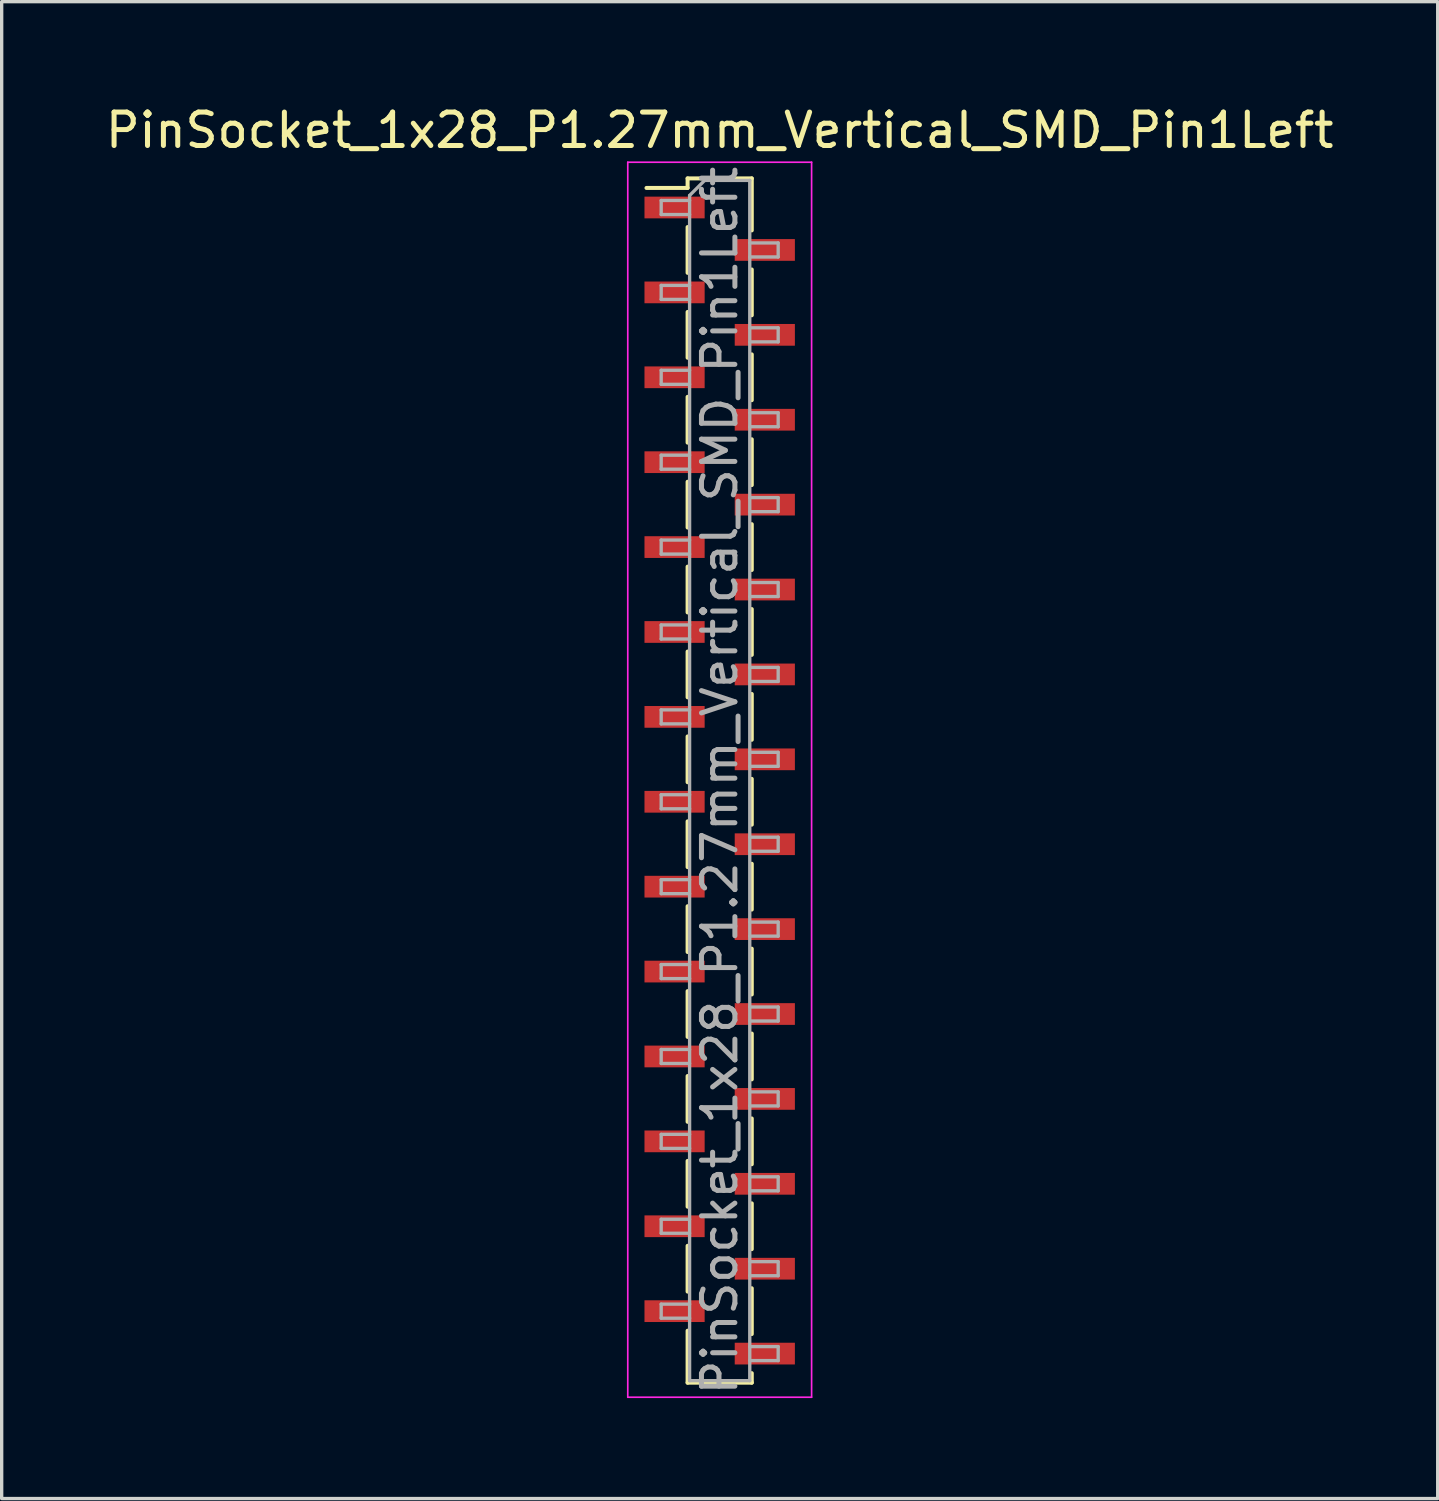
<source format=kicad_pcb>
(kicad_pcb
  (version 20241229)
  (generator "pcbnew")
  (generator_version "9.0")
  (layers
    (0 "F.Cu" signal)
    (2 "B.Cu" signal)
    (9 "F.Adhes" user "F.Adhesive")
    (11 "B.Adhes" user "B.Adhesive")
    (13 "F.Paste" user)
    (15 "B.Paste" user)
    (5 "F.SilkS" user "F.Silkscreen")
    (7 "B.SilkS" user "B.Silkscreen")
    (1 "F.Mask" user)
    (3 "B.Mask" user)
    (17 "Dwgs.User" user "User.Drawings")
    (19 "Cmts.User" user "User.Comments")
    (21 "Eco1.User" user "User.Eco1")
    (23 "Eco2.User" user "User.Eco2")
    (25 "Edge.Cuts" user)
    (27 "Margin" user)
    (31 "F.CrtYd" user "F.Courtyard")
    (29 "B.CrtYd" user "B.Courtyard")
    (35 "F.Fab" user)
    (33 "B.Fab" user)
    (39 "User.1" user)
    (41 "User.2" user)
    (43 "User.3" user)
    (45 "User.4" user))
  (footprint "PinSocket_1x28_P1.27mm_Vertical_SMD_Pin1Left"
    (layer "F.Cu")
    (at 18.482 20.303)
    (property "Reference" "PinSocket_1x28_P1.27mm_Vertical_SMD_Pin1Left" (at 0 -19.455 0) (layer "F.SilkS") (effects (font (size 1 1) (thickness 0.15))))
    (attr smd)
    (fp_line (start -2.19 -17.73) (end -0.96 -17.73) (stroke (width 0.12) (type solid)) (layer "F.SilkS"))
    (fp_line (start -0.96 -18.015) (end -0.96 -17.73) (stroke (width 0.12) (type solid)) (layer "F.SilkS"))
    (fp_line (start -0.96 -18.015) (end 0.96 -18.015) (stroke (width 0.12) (type solid)) (layer "F.SilkS"))
    (fp_line (start -0.96 -16.56) (end -0.96 -15.19) (stroke (width 0.12) (type solid)) (layer "F.SilkS"))
    (fp_line (start -0.96 -14.02) (end -0.96 -12.65) (stroke (width 0.12) (type solid)) (layer "F.SilkS"))
    (fp_line (start -0.96 -11.48) (end -0.96 -10.11) (stroke (width 0.12) (type solid)) (layer "F.SilkS"))
    (fp_line (start -0.96 -8.94) (end -0.96 -7.57) (stroke (width 0.12) (type solid)) (layer "F.SilkS"))
    (fp_line (start -0.96 -6.4) (end -0.96 -5.03) (stroke (width 0.12) (type solid)) (layer "F.SilkS"))
    (fp_line (start -0.96 -3.86) (end -0.96 -2.49) (stroke (width 0.12) (type solid)) (layer "F.SilkS"))
    (fp_line (start -0.96 -1.32) (end -0.96 0.05) (stroke (width 0.12) (type solid)) (layer "F.SilkS"))
    (fp_line (start -0.96 1.22) (end -0.96 2.59) (stroke (width 0.12) (type solid)) (layer "F.SilkS"))
    (fp_line (start -0.96 3.76) (end -0.96 5.13) (stroke (width 0.12) (type solid)) (layer "F.SilkS"))
    (fp_line (start -0.96 6.3) (end -0.96 7.67) (stroke (width 0.12) (type solid)) (layer "F.SilkS"))
    (fp_line (start -0.96 8.84) (end -0.96 10.21) (stroke (width 0.12) (type solid)) (layer "F.SilkS"))
    (fp_line (start -0.96 11.38) (end -0.96 12.75) (stroke (width 0.12) (type solid)) (layer "F.SilkS"))
    (fp_line (start -0.96 13.92) (end -0.96 15.29) (stroke (width 0.12) (type solid)) (layer "F.SilkS"))
    (fp_line (start -0.96 16.46) (end -0.96 18.015) (stroke (width 0.12) (type solid)) (layer "F.SilkS"))
    (fp_line (start -0.96 18.015) (end 0.96 18.015) (stroke (width 0.12) (type solid)) (layer "F.SilkS"))
    (fp_line (start 0.96 -18.015) (end 0.96 -16.46) (stroke (width 0.12) (type solid)) (layer "F.SilkS"))
    (fp_line (start 0.96 -15.29) (end 0.96 -13.92) (stroke (width 0.12) (type solid)) (layer "F.SilkS"))
    (fp_line (start 0.96 -12.75) (end 0.96 -11.38) (stroke (width 0.12) (type solid)) (layer "F.SilkS"))
    (fp_line (start 0.96 -10.21) (end 0.96 -8.84) (stroke (width 0.12) (type solid)) (layer "F.SilkS"))
    (fp_line (start 0.96 -7.67) (end 0.96 -6.3) (stroke (width 0.12) (type solid)) (layer "F.SilkS"))
    (fp_line (start 0.96 -5.13) (end 0.96 -3.76) (stroke (width 0.12) (type solid)) (layer "F.SilkS"))
    (fp_line (start 0.96 -2.59) (end 0.96 -1.22) (stroke (width 0.12) (type solid)) (layer "F.SilkS"))
    (fp_line (start 0.96 -0.05) (end 0.96 1.32) (stroke (width 0.12) (type solid)) (layer "F.SilkS"))
    (fp_line (start 0.96 2.49) (end 0.96 3.86) (stroke (width 0.12) (type solid)) (layer "F.SilkS"))
    (fp_line (start 0.96 5.03) (end 0.96 6.4) (stroke (width 0.12) (type solid)) (layer "F.SilkS"))
    (fp_line (start 0.96 7.57) (end 0.96 8.94) (stroke (width 0.12) (type solid)) (layer "F.SilkS"))
    (fp_line (start 0.96 10.11) (end 0.96 11.48) (stroke (width 0.12) (type solid)) (layer "F.SilkS"))
    (fp_line (start 0.96 12.65) (end 0.96 14.02) (stroke (width 0.12) (type solid)) (layer "F.SilkS"))
    (fp_line (start 0.96 15.19) (end 0.96 16.56) (stroke (width 0.12) (type solid)) (layer "F.SilkS"))
    (fp_line (start 0.96 17.73) (end 0.96 18.015) (stroke (width 0.12) (type solid)) (layer "F.SilkS"))
    (fp_line (start -2.75 -18.5) (end 2.75 -18.5) (stroke (width 0.05) (type solid)) (layer "F.CrtYd"))
    (fp_line (start -2.75 18.45) (end -2.75 -18.5) (stroke (width 0.05) (type solid)) (layer "F.CrtYd"))
    (fp_line (start 2.75 -18.5) (end 2.75 18.45) (stroke (width 0.05) (type solid)) (layer "F.CrtYd"))
    (fp_line (start 2.75 18.45) (end -2.75 18.45) (stroke (width 0.05) (type solid)) (layer "F.CrtYd"))
    (fp_line (start -1.75 -17.355) (end -0.9 -17.355) (stroke (width 0.1) (type solid)) (layer "F.Fab"))
    (fp_line (start -1.75 -16.935) (end -1.75 -17.355) (stroke (width 0.1) (type solid)) (layer "F.Fab"))
    (fp_line (start -1.75 -14.815) (end -0.9 -14.815) (stroke (width 0.1) (type solid)) (layer "F.Fab"))
    (fp_line (start -1.75 -14.395) (end -1.75 -14.815) (stroke (width 0.1) (type solid)) (layer "F.Fab"))
    (fp_line (start -1.75 -12.275) (end -0.9 -12.275) (stroke (width 0.1) (type solid)) (layer "F.Fab"))
    (fp_line (start -1.75 -11.855) (end -1.75 -12.275) (stroke (width 0.1) (type solid)) (layer "F.Fab"))
    (fp_line (start -1.75 -9.735) (end -0.9 -9.735) (stroke (width 0.1) (type solid)) (layer "F.Fab"))
    (fp_line (start -1.75 -9.315) (end -1.75 -9.735) (stroke (width 0.1) (type solid)) (layer "F.Fab"))
    (fp_line (start -1.75 -7.195) (end -0.9 -7.195) (stroke (width 0.1) (type solid)) (layer "F.Fab"))
    (fp_line (start -1.75 -6.775) (end -1.75 -7.195) (stroke (width 0.1) (type solid)) (layer "F.Fab"))
    (fp_line (start -1.75 -4.655) (end -0.9 -4.655) (stroke (width 0.1) (type solid)) (layer "F.Fab"))
    (fp_line (start -1.75 -4.235) (end -1.75 -4.655) (stroke (width 0.1) (type solid)) (layer "F.Fab"))
    (fp_line (start -1.75 -2.115) (end -0.9 -2.115) (stroke (width 0.1) (type solid)) (layer "F.Fab"))
    (fp_line (start -1.75 -1.695) (end -1.75 -2.115) (stroke (width 0.1) (type solid)) (layer "F.Fab"))
    (fp_line (start -1.75 0.425) (end -0.9 0.425) (stroke (width 0.1) (type solid)) (layer "F.Fab"))
    (fp_line (start -1.75 0.845) (end -1.75 0.425) (stroke (width 0.1) (type solid)) (layer "F.Fab"))
    (fp_line (start -1.75 2.965) (end -0.9 2.965) (stroke (width 0.1) (type solid)) (layer "F.Fab"))
    (fp_line (start -1.75 3.385) (end -1.75 2.965) (stroke (width 0.1) (type solid)) (layer "F.Fab"))
    (fp_line (start -1.75 5.505) (end -0.9 5.505) (stroke (width 0.1) (type solid)) (layer "F.Fab"))
    (fp_line (start -1.75 5.925) (end -1.75 5.505) (stroke (width 0.1) (type solid)) (layer "F.Fab"))
    (fp_line (start -1.75 8.045) (end -0.9 8.045) (stroke (width 0.1) (type solid)) (layer "F.Fab"))
    (fp_line (start -1.75 8.465) (end -1.75 8.045) (stroke (width 0.1) (type solid)) (layer "F.Fab"))
    (fp_line (start -1.75 10.585) (end -0.9 10.585) (stroke (width 0.1) (type solid)) (layer "F.Fab"))
    (fp_line (start -1.75 11.005) (end -1.75 10.585) (stroke (width 0.1) (type solid)) (layer "F.Fab"))
    (fp_line (start -1.75 13.125) (end -0.9 13.125) (stroke (width 0.1) (type solid)) (layer "F.Fab"))
    (fp_line (start -1.75 13.545) (end -1.75 13.125) (stroke (width 0.1) (type solid)) (layer "F.Fab"))
    (fp_line (start -1.75 15.665) (end -0.9 15.665) (stroke (width 0.1) (type solid)) (layer "F.Fab"))
    (fp_line (start -1.75 16.085) (end -1.75 15.665) (stroke (width 0.1) (type solid)) (layer "F.Fab"))
    (fp_line (start -0.9 -17.505) (end -0.45 -17.955) (stroke (width 0.1) (type solid)) (layer "F.Fab"))
    (fp_line (start -0.9 -16.935) (end -1.75 -16.935) (stroke (width 0.1) (type solid)) (layer "F.Fab"))
    (fp_line (start -0.9 -14.395) (end -1.75 -14.395) (stroke (width 0.1) (type solid)) (layer "F.Fab"))
    (fp_line (start -0.9 -11.855) (end -1.75 -11.855) (stroke (width 0.1) (type solid)) (layer "F.Fab"))
    (fp_line (start -0.9 -9.315) (end -1.75 -9.315) (stroke (width 0.1) (type solid)) (layer "F.Fab"))
    (fp_line (start -0.9 -6.775) (end -1.75 -6.775) (stroke (width 0.1) (type solid)) (layer "F.Fab"))
    (fp_line (start -0.9 -4.235) (end -1.75 -4.235) (stroke (width 0.1) (type solid)) (layer "F.Fab"))
    (fp_line (start -0.9 -1.695) (end -1.75 -1.695) (stroke (width 0.1) (type solid)) (layer "F.Fab"))
    (fp_line (start -0.9 0.845) (end -1.75 0.845) (stroke (width 0.1) (type solid)) (layer "F.Fab"))
    (fp_line (start -0.9 3.385) (end -1.75 3.385) (stroke (width 0.1) (type solid)) (layer "F.Fab"))
    (fp_line (start -0.9 5.925) (end -1.75 5.925) (stroke (width 0.1) (type solid)) (layer "F.Fab"))
    (fp_line (start -0.9 8.465) (end -1.75 8.465) (stroke (width 0.1) (type solid)) (layer "F.Fab"))
    (fp_line (start -0.9 11.005) (end -1.75 11.005) (stroke (width 0.1) (type solid)) (layer "F.Fab"))
    (fp_line (start -0.9 13.545) (end -1.75 13.545) (stroke (width 0.1) (type solid)) (layer "F.Fab"))
    (fp_line (start -0.9 16.085) (end -1.75 16.085) (stroke (width 0.1) (type solid)) (layer "F.Fab"))
    (fp_line (start -0.9 17.955) (end -0.9 -17.505) (stroke (width 0.1) (type solid)) (layer "F.Fab"))
    (fp_line (start -0.45 -17.955) (end 0.9 -17.955) (stroke (width 0.1) (type solid)) (layer "F.Fab"))
    (fp_line (start 0.9 -17.955) (end 0.9 17.955) (stroke (width 0.1) (type solid)) (layer "F.Fab"))
    (fp_line (start 0.9 -16.085) (end 1.75 -16.085) (stroke (width 0.1) (type solid)) (layer "F.Fab"))
    (fp_line (start 0.9 -13.545) (end 1.75 -13.545) (stroke (width 0.1) (type solid)) (layer "F.Fab"))
    (fp_line (start 0.9 -11.005) (end 1.75 -11.005) (stroke (width 0.1) (type solid)) (layer "F.Fab"))
    (fp_line (start 0.9 -8.465) (end 1.75 -8.465) (stroke (width 0.1) (type solid)) (layer "F.Fab"))
    (fp_line (start 0.9 -5.925) (end 1.75 -5.925) (stroke (width 0.1) (type solid)) (layer "F.Fab"))
    (fp_line (start 0.9 -3.385) (end 1.75 -3.385) (stroke (width 0.1) (type solid)) (layer "F.Fab"))
    (fp_line (start 0.9 -0.845) (end 1.75 -0.845) (stroke (width 0.1) (type solid)) (layer "F.Fab"))
    (fp_line (start 0.9 1.695) (end 1.75 1.695) (stroke (width 0.1) (type solid)) (layer "F.Fab"))
    (fp_line (start 0.9 4.235) (end 1.75 4.235) (stroke (width 0.1) (type solid)) (layer "F.Fab"))
    (fp_line (start 0.9 6.775) (end 1.75 6.775) (stroke (width 0.1) (type solid)) (layer "F.Fab"))
    (fp_line (start 0.9 9.315) (end 1.75 9.315) (stroke (width 0.1) (type solid)) (layer "F.Fab"))
    (fp_line (start 0.9 11.855) (end 1.75 11.855) (stroke (width 0.1) (type solid)) (layer "F.Fab"))
    (fp_line (start 0.9 14.395) (end 1.75 14.395) (stroke (width 0.1) (type solid)) (layer "F.Fab"))
    (fp_line (start 0.9 16.935) (end 1.75 16.935) (stroke (width 0.1) (type solid)) (layer "F.Fab"))
    (fp_line (start 0.9 17.955) (end -0.9 17.955) (stroke (width 0.1) (type solid)) (layer "F.Fab"))
    (fp_line (start 1.75 -16.085) (end 1.75 -15.665) (stroke (width 0.1) (type solid)) (layer "F.Fab"))
    (fp_line (start 1.75 -15.665) (end 0.9 -15.665) (stroke (width 0.1) (type solid)) (layer "F.Fab"))
    (fp_line (start 1.75 -13.545) (end 1.75 -13.125) (stroke (width 0.1) (type solid)) (layer "F.Fab"))
    (fp_line (start 1.75 -13.125) (end 0.9 -13.125) (stroke (width 0.1) (type solid)) (layer "F.Fab"))
    (fp_line (start 1.75 -11.005) (end 1.75 -10.585) (stroke (width 0.1) (type solid)) (layer "F.Fab"))
    (fp_line (start 1.75 -10.585) (end 0.9 -10.585) (stroke (width 0.1) (type solid)) (layer "F.Fab"))
    (fp_line (start 1.75 -8.465) (end 1.75 -8.045) (stroke (width 0.1) (type solid)) (layer "F.Fab"))
    (fp_line (start 1.75 -8.045) (end 0.9 -8.045) (stroke (width 0.1) (type solid)) (layer "F.Fab"))
    (fp_line (start 1.75 -5.925) (end 1.75 -5.505) (stroke (width 0.1) (type solid)) (layer "F.Fab"))
    (fp_line (start 1.75 -5.505) (end 0.9 -5.505) (stroke (width 0.1) (type solid)) (layer "F.Fab"))
    (fp_line (start 1.75 -3.385) (end 1.75 -2.965) (stroke (width 0.1) (type solid)) (layer "F.Fab"))
    (fp_line (start 1.75 -2.965) (end 0.9 -2.965) (stroke (width 0.1) (type solid)) (layer "F.Fab"))
    (fp_line (start 1.75 -0.845) (end 1.75 -0.425) (stroke (width 0.1) (type solid)) (layer "F.Fab"))
    (fp_line (start 1.75 -0.425) (end 0.9 -0.425) (stroke (width 0.1) (type solid)) (layer "F.Fab"))
    (fp_line (start 1.75 1.695) (end 1.75 2.115) (stroke (width 0.1) (type solid)) (layer "F.Fab"))
    (fp_line (start 1.75 2.115) (end 0.9 2.115) (stroke (width 0.1) (type solid)) (layer "F.Fab"))
    (fp_line (start 1.75 4.235) (end 1.75 4.655) (stroke (width 0.1) (type solid)) (layer "F.Fab"))
    (fp_line (start 1.75 4.655) (end 0.9 4.655) (stroke (width 0.1) (type solid)) (layer "F.Fab"))
    (fp_line (start 1.75 6.775) (end 1.75 7.195) (stroke (width 0.1) (type solid)) (layer "F.Fab"))
    (fp_line (start 1.75 7.195) (end 0.9 7.195) (stroke (width 0.1) (type solid)) (layer "F.Fab"))
    (fp_line (start 1.75 9.315) (end 1.75 9.735) (stroke (width 0.1) (type solid)) (layer "F.Fab"))
    (fp_line (start 1.75 9.735) (end 0.9 9.735) (stroke (width 0.1) (type solid)) (layer "F.Fab"))
    (fp_line (start 1.75 11.855) (end 1.75 12.275) (stroke (width 0.1) (type solid)) (layer "F.Fab"))
    (fp_line (start 1.75 12.275) (end 0.9 12.275) (stroke (width 0.1) (type solid)) (layer "F.Fab"))
    (fp_line (start 1.75 14.395) (end 1.75 14.815) (stroke (width 0.1) (type solid)) (layer "F.Fab"))
    (fp_line (start 1.75 14.815) (end 0.9 14.815) (stroke (width 0.1) (type solid)) (layer "F.Fab"))
    (fp_line (start 1.75 16.935) (end 1.75 17.355) (stroke (width 0.1) (type solid)) (layer "F.Fab"))
    (fp_line (start 1.75 17.355) (end 0.9 17.355) (stroke (width 0.1) (type solid)) (layer "F.Fab"))
    (fp_text user "${REFERENCE}" (at 0 0 90) (layer "F.Fab") (effects (font (size 1 1) (thickness 0.15))))
    (pad "1" smd rect (at -1.35 -17.145) (size 1.8 0.65) (layers "F.Cu" "F.Mask" "F.Paste"))
    (pad "2" smd rect (at 1.35 -15.875) (size 1.8 0.65) (layers "F.Cu" "F.Mask" "F.Paste"))
    (pad "3" smd rect (at -1.35 -14.605) (size 1.8 0.65) (layers "F.Cu" "F.Mask" "F.Paste"))
    (pad "4" smd rect (at 1.35 -13.335) (size 1.8 0.65) (layers "F.Cu" "F.Mask" "F.Paste"))
    (pad "5" smd rect (at -1.35 -12.065) (size 1.8 0.65) (layers "F.Cu" "F.Mask" "F.Paste"))
    (pad "6" smd rect (at 1.35 -10.795) (size 1.8 0.65) (layers "F.Cu" "F.Mask" "F.Paste"))
    (pad "7" smd rect (at -1.35 -9.525) (size 1.8 0.65) (layers "F.Cu" "F.Mask" "F.Paste"))
    (pad "8" smd rect (at 1.35 -8.255) (size 1.8 0.65) (layers "F.Cu" "F.Mask" "F.Paste"))
    (pad "9" smd rect (at -1.35 -6.985) (size 1.8 0.65) (layers "F.Cu" "F.Mask" "F.Paste"))
    (pad "10" smd rect (at 1.35 -5.715) (size 1.8 0.65) (layers "F.Cu" "F.Mask" "F.Paste"))
    (pad "11" smd rect (at -1.35 -4.445) (size 1.8 0.65) (layers "F.Cu" "F.Mask" "F.Paste"))
    (pad "12" smd rect (at 1.35 -3.175) (size 1.8 0.65) (layers "F.Cu" "F.Mask" "F.Paste"))
    (pad "13" smd rect (at -1.35 -1.905) (size 1.8 0.65) (layers "F.Cu" "F.Mask" "F.Paste"))
    (pad "14" smd rect (at 1.35 -0.635) (size 1.8 0.65) (layers "F.Cu" "F.Mask" "F.Paste"))
    (pad "15" smd rect (at -1.35 0.635) (size 1.8 0.65) (layers "F.Cu" "F.Mask" "F.Paste"))
    (pad "16" smd rect (at 1.35 1.905) (size 1.8 0.65) (layers "F.Cu" "F.Mask" "F.Paste"))
    (pad "17" smd rect (at -1.35 3.175) (size 1.8 0.65) (layers "F.Cu" "F.Mask" "F.Paste"))
    (pad "18" smd rect (at 1.35 4.445) (size 1.8 0.65) (layers "F.Cu" "F.Mask" "F.Paste"))
    (pad "19" smd rect (at -1.35 5.715) (size 1.8 0.65) (layers "F.Cu" "F.Mask" "F.Paste"))
    (pad "20" smd rect (at 1.35 6.985) (size 1.8 0.65) (layers "F.Cu" "F.Mask" "F.Paste"))
    (pad "21" smd rect (at -1.35 8.255) (size 1.8 0.65) (layers "F.Cu" "F.Mask" "F.Paste"))
    (pad "22" smd rect (at 1.35 9.525) (size 1.8 0.65) (layers "F.Cu" "F.Mask" "F.Paste"))
    (pad "23" smd rect (at -1.35 10.795) (size 1.8 0.65) (layers "F.Cu" "F.Mask" "F.Paste"))
    (pad "24" smd rect (at 1.35 12.065) (size 1.8 0.65) (layers "F.Cu" "F.Mask" "F.Paste"))
    (pad "25" smd rect (at -1.35 13.335) (size 1.8 0.65) (layers "F.Cu" "F.Mask" "F.Paste"))
    (pad "26" smd rect (at 1.35 14.605) (size 1.8 0.65) (layers "F.Cu" "F.Mask" "F.Paste"))
    (pad "27" smd rect (at -1.35 15.875) (size 1.8 0.65) (layers "F.Cu" "F.Mask" "F.Paste"))
    (pad "28" smd rect (at 1.35 17.145) (size 1.8 0.65) (layers "F.Cu" "F.Mask" "F.Paste")))
  (gr_rect
    (start -3 -3)
    (end 39.964 41.785)
    (stroke (width 0.1) (type default))
    (fill no)
    (layer "Edge.Cuts")))
</source>
